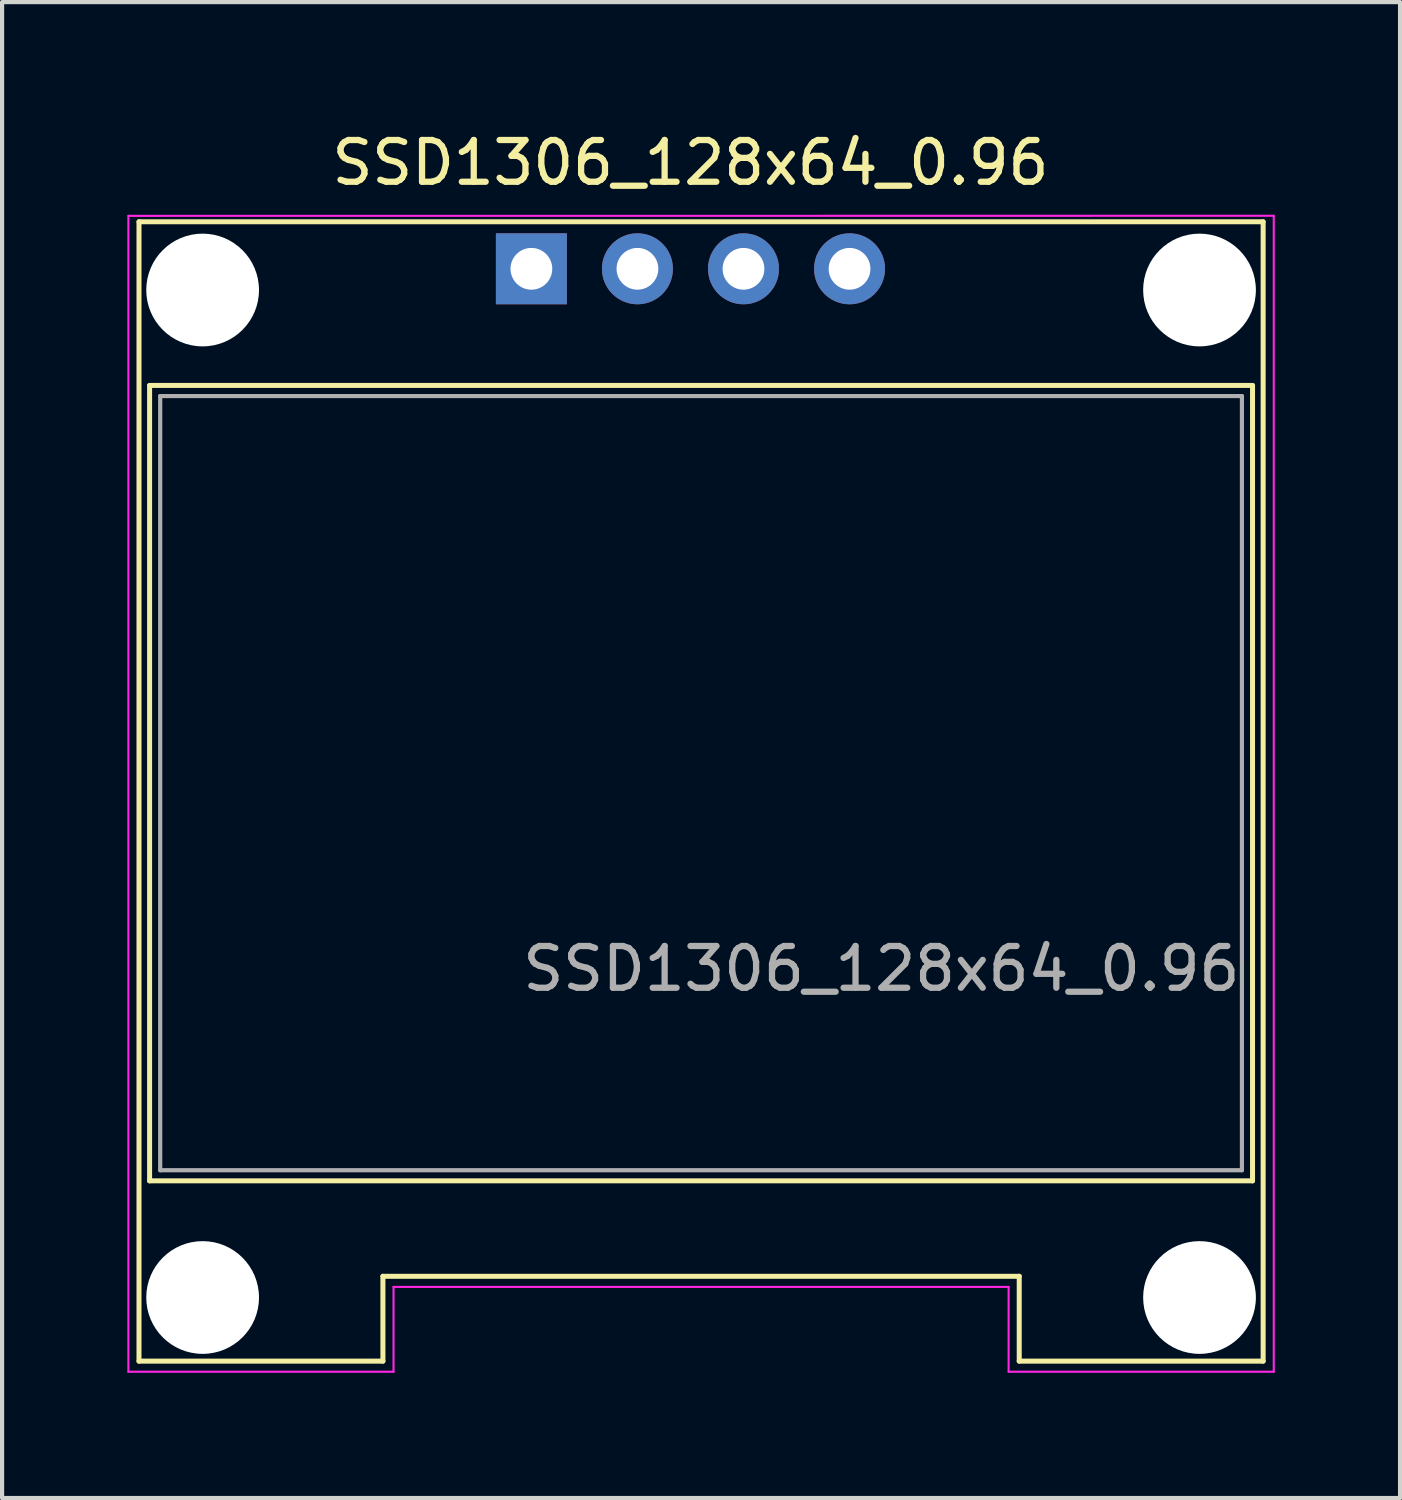
<source format=kicad_pcb>
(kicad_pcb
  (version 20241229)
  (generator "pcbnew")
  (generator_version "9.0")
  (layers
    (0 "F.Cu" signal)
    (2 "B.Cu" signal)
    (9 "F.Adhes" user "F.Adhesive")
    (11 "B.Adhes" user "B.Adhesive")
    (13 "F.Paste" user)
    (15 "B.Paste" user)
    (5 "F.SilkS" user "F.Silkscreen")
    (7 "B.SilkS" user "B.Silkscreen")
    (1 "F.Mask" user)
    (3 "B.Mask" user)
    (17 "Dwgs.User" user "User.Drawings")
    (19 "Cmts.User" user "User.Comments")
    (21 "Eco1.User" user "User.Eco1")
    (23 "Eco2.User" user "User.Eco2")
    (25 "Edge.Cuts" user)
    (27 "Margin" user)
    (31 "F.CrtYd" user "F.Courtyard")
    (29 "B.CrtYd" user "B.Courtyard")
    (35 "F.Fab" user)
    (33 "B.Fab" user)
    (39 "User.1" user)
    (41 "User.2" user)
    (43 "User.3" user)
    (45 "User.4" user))
  (footprint "SSD1306_128x64_0.96"
    (layer "F.Cu")
    (at 13.741 15.834)
    (property "Reference" "SSD1306_128x64_0.96" (at -0.254 -14.986 0) (layer "F.SilkS") (effects (font (size 1 1) (thickness 0.15))))
    (attr through_hole)
    (fp_line (start -13.462 -13.572) (end -13.462 13.716) (stroke (width 0.12) (type solid)) (layer "F.SilkS"))
    (fp_line (start -13.462 13.716) (end -7.62 13.716) (stroke (width 0.12) (type solid)) (layer "F.SilkS"))
    (fp_line (start -13.208 -9.652) (end -13.208 9.398) (stroke (width 0.12) (type solid)) (layer "F.SilkS"))
    (fp_line (start -13.208 -9.652) (end 13.208 -9.652) (stroke (width 0.12) (type solid)) (layer "F.SilkS"))
    (fp_line (start -13.208 9.398) (end 13.208 9.398) (stroke (width 0.12) (type solid)) (layer "F.SilkS"))
    (fp_line (start -7.62 11.684) (end 7.62 11.684) (stroke (width 0.12) (type solid)) (layer "F.SilkS"))
    (fp_line (start -7.62 13.716) (end -7.62 11.684) (stroke (width 0.12) (type solid)) (layer "F.SilkS"))
    (fp_line (start 7.62 11.684) (end 7.62 13.716) (stroke (width 0.12) (type solid)) (layer "F.SilkS"))
    (fp_line (start 7.62 13.716) (end 13.462 13.716) (stroke (width 0.12) (type solid)) (layer "F.SilkS"))
    (fp_line (start 13.208 -9.652) (end 13.208 9.398) (stroke (width 0.12) (type solid)) (layer "F.SilkS"))
    (fp_line (start 13.462 -13.572) (end -13.462 -13.572) (stroke (width 0.12) (type solid)) (layer "F.SilkS"))
    (fp_line (start 13.462 -13.572) (end 13.462 13.716) (stroke (width 0.12) (type solid)) (layer "F.SilkS"))
    (fp_line (start -13.716 -13.716) (end -13.716 13.97) (stroke (width 0.05) (type solid)) (layer "F.CrtYd"))
    (fp_line (start -13.716 13.97) (end -7.366 13.97) (stroke (width 0.05) (type solid)) (layer "F.CrtYd"))
    (fp_line (start -7.366 11.938) (end 7.366 11.938) (stroke (width 0.05) (type solid)) (layer "F.CrtYd"))
    (fp_line (start -7.366 13.97) (end -7.366 11.938) (stroke (width 0.05) (type solid)) (layer "F.CrtYd"))
    (fp_line (start 7.366 13.97) (end 7.366 11.938) (stroke (width 0.05) (type solid)) (layer "F.CrtYd"))
    (fp_line (start 13.716 -13.716) (end -13.716 -13.714) (stroke (width 0.05) (type solid)) (layer "F.CrtYd"))
    (fp_line (start 13.716 -13.716) (end 13.716 13.97) (stroke (width 0.05) (type solid)) (layer "F.CrtYd"))
    (fp_line (start 13.716 13.97) (end 7.366 13.97) (stroke (width 0.05) (type solid)) (layer "F.CrtYd"))
    (fp_line (start -12.954 -9.398) (end -12.954 9.144) (stroke (width 0.1) (type solid)) (layer "F.Fab"))
    (fp_line (start -12.954 -9.398) (end 12.954 -9.398) (stroke (width 0.1) (type solid)) (layer "F.Fab"))
    (fp_line (start -12.954 9.144) (end 12.954 9.144) (stroke (width 0.1) (type solid)) (layer "F.Fab"))
    (fp_line (start 12.954 -9.398) (end 12.954 9.144) (stroke (width 0.1) (type solid)) (layer "F.Fab"))
    (fp_text user "${REFERENCE}" (at 4.318 4.318 0) (layer "F.Fab") (effects (font (size 1 1) (thickness 0.15))))
    (pad "" np_thru_hole circle (at -11.938 -11.938) (size 2.7 2.7) (drill 2.7) (layers "*.Cu" "*.Mask"))
    (pad "" np_thru_hole circle (at -11.938 12.192) (size 2.7 2.7) (drill 2.7) (layers "*.Cu" "*.Mask"))
    (pad "" np_thru_hole circle (at 11.938 -11.938) (size 2.7 2.7) (drill 2.7) (layers "*.Cu" "*.Mask"))
    (pad "" np_thru_hole circle (at 11.938 12.192) (size 2.7 2.7) (drill 2.7) (layers "*.Cu" "*.Mask"))
    (pad "1" thru_hole rect (at -4.064 -12.446) (size 1.7 1.7) (drill 1) (layers "*.Cu" "*.Mask"))
    (pad "2" thru_hole circle (at -1.524 -12.446) (size 1.7 1.7) (drill 1) (layers "*.Cu" "*.Mask"))
    (pad "3" thru_hole circle (at 1.016 -12.446) (size 1.7 1.7) (drill 1) (layers "*.Cu" "*.Mask"))
    (pad "4" thru_hole circle (at 3.556 -12.446) (size 1.7 1.7) (drill 1) (layers "*.Cu" "*.Mask")))
  (gr_rect
    (start -3 -3)
    (end 30.482 32.829)
    (stroke (width 0.1) (type default))
    (fill no)
    (layer "Edge.Cuts")))
</source>
